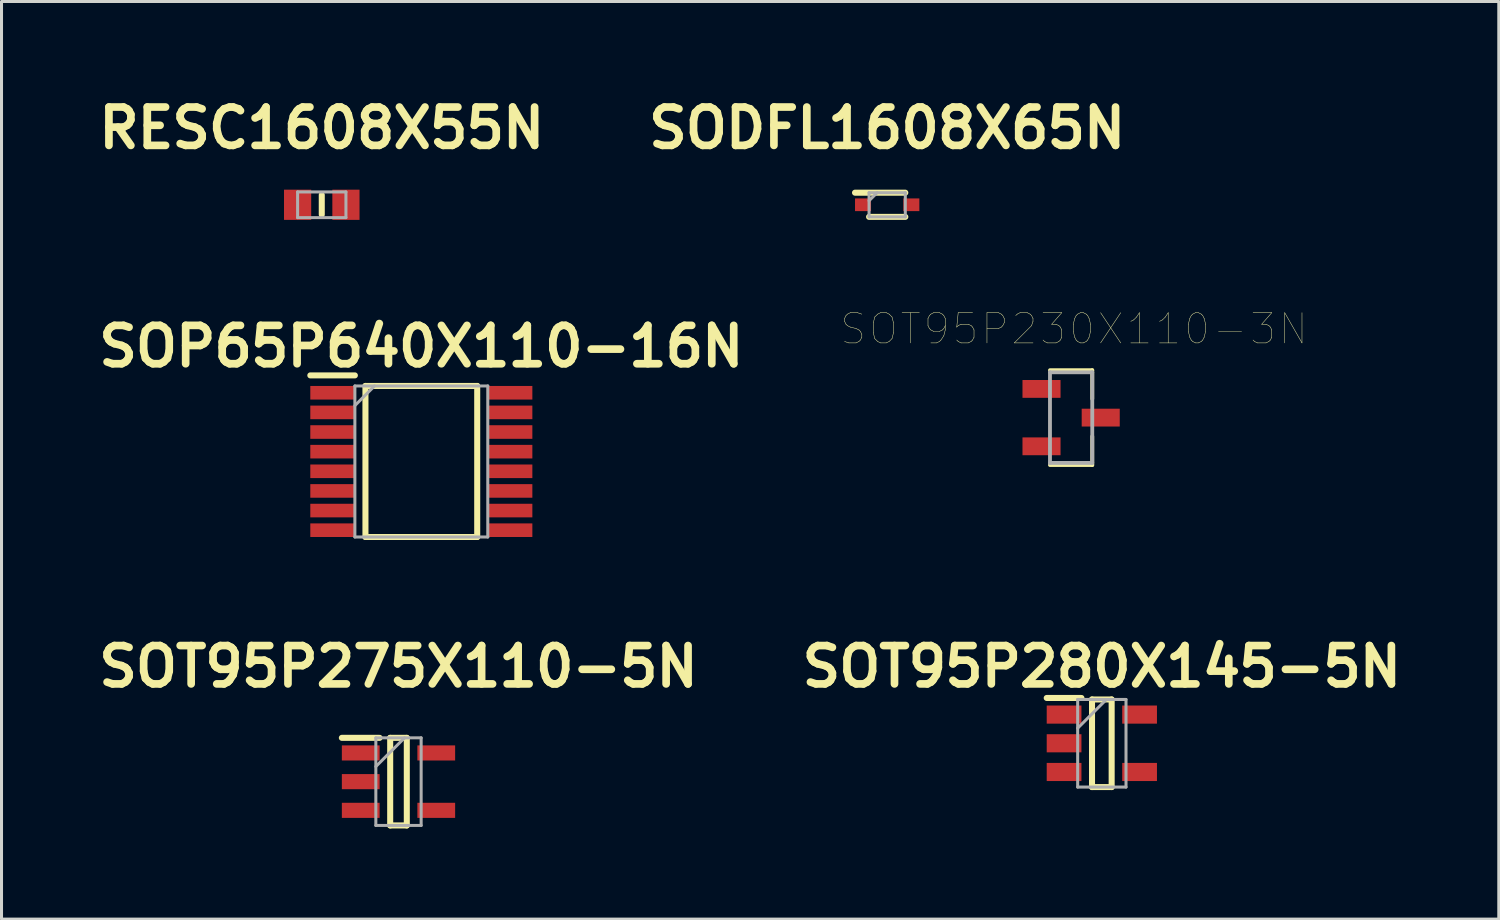
<source format=kicad_pcb>
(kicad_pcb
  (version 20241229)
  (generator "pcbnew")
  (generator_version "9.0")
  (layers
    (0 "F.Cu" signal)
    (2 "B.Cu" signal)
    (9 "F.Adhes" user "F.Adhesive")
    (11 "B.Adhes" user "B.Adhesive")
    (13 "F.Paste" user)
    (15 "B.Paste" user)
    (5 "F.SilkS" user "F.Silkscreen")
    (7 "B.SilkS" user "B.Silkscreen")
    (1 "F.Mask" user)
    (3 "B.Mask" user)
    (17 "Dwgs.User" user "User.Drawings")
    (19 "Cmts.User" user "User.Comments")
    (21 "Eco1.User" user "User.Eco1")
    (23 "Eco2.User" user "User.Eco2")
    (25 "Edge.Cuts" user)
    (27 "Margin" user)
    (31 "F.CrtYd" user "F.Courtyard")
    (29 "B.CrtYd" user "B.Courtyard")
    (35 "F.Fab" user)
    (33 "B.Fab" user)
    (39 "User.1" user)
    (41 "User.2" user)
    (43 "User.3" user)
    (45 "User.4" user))
  (footprint "SODFL1608X65N"
    (layer "F.Cu")
    (at 26.32 3.729)
    (property "Reference" "SODFL1608X65N" (at 0 -2.54 0) (layer "F.SilkS") (effects (font (size 1.27 1.27) (thickness 0.254))))
    (attr smd)
    (fp_line (start -1.065 -0.4) (end 0.6 -0.4) (stroke (width 0.2) (type solid)) (layer "F.SilkS"))
    (fp_line (start -0.6 0.4) (end 0.6 0.4) (stroke (width 0.2) (type solid)) (layer "F.SilkS"))
    (fp_line (start -0.6 -0.4) (end 0.6 -0.4) (stroke (width 0.1) (type solid)) (layer "F.Fab"))
    (fp_line (start -0.6 -0.135) (end -0.335 -0.4) (stroke (width 0.1) (type solid)) (layer "F.Fab"))
    (fp_line (start -0.6 0.4) (end -0.6 -0.4) (stroke (width 0.1) (type solid)) (layer "F.Fab"))
    (fp_line (start 0.6 -0.4) (end 0.6 0.4) (stroke (width 0.1) (type solid)) (layer "F.Fab"))
    (fp_line (start 0.6 0.4) (end -0.6 0.4) (stroke (width 0.1) (type solid)) (layer "F.Fab"))
    (pad "1" smd rect (at -0.8 0 90) (size 0.42 0.53) (layers "F.Cu" "F.Mask" "F.Paste"))
    (pad "2" smd rect (at 0.8 0 90) (size 0.42 0.53) (layers "F.Cu" "F.Mask" "F.Paste")))
  (footprint "SOT95P275X110-5N"
    (layer "F.Cu")
    (at 10.142 22.826)
    (property "Reference" "SOT95P275X110-5N" (at 0 -3.81 0) (layer "F.SilkS") (effects (font (size 1.27 1.27) (thickness 0.254))))
    (attr smd)
    (fp_line (start -1.875 -1.45) (end -0.625 -1.45) (stroke (width 0.2) (type solid)) (layer "F.SilkS"))
    (fp_line (start -0.275 -1.45) (end 0.275 -1.45) (stroke (width 0.2) (type solid)) (layer "F.SilkS"))
    (fp_line (start -0.275 1.45) (end -0.275 -1.45) (stroke (width 0.2) (type solid)) (layer "F.SilkS"))
    (fp_line (start 0.275 -1.45) (end 0.275 1.45) (stroke (width 0.2) (type solid)) (layer "F.SilkS"))
    (fp_line (start 0.275 1.45) (end -0.275 1.45) (stroke (width 0.2) (type solid)) (layer "F.SilkS"))
    (fp_line (start -0.75 -1.45) (end 0.75 -1.45) (stroke (width 0.1) (type solid)) (layer "F.Fab"))
    (fp_line (start -0.75 -0.5) (end 0.2 -1.45) (stroke (width 0.1) (type solid)) (layer "F.Fab"))
    (fp_line (start -0.75 1.45) (end -0.75 -1.45) (stroke (width 0.1) (type solid)) (layer "F.Fab"))
    (fp_line (start 0.75 -1.45) (end 0.75 1.45) (stroke (width 0.1) (type solid)) (layer "F.Fab"))
    (fp_line (start 0.75 1.45) (end -0.75 1.45) (stroke (width 0.1) (type solid)) (layer "F.Fab"))
    (pad "1" smd rect (at -1.25 -0.95 90) (size 0.5 1.25) (layers "F.Cu" "F.Mask" "F.Paste"))
    (pad "2" smd rect (at -1.25 0 90) (size 0.5 1.25) (layers "F.Cu" "F.Mask" "F.Paste"))
    (pad "3" smd rect (at -1.25 0.95 90) (size 0.5 1.25) (layers "F.Cu" "F.Mask" "F.Paste"))
    (pad "4" smd rect (at 1.25 0.95 90) (size 0.5 1.25) (layers "F.Cu" "F.Mask" "F.Paste"))
    (pad "5" smd rect (at 1.25 -0.95 90) (size 0.5 1.25) (layers "F.Cu" "F.Mask" "F.Paste")))
  (footprint "SOP65P640X110-16N"
    (layer "F.Cu")
    (at 10.898 12.227)
    (property "Reference" "SOP65P640X110-16N" (at 0 -3.81 0) (layer "F.SilkS") (effects (font (size 1.27 1.27) (thickness 0.254))))
    (attr smd)
    (fp_line (start -3.675 -2.85) (end -2.2 -2.85) (stroke (width 0.2) (type solid)) (layer "F.SilkS"))
    (fp_line (start -1.85 -2.5) (end 1.85 -2.5) (stroke (width 0.2) (type solid)) (layer "F.SilkS"))
    (fp_line (start -1.85 2.5) (end -1.85 -2.5) (stroke (width 0.2) (type solid)) (layer "F.SilkS"))
    (fp_line (start 1.85 -2.5) (end 1.85 2.5) (stroke (width 0.2) (type solid)) (layer "F.SilkS"))
    (fp_line (start 1.85 2.5) (end -1.85 2.5) (stroke (width 0.2) (type solid)) (layer "F.SilkS"))
    (fp_line (start -2.2 -2.5) (end 2.2 -2.5) (stroke (width 0.1) (type solid)) (layer "F.Fab"))
    (fp_line (start -2.2 -1.85) (end -1.55 -2.5) (stroke (width 0.1) (type solid)) (layer "F.Fab"))
    (fp_line (start -2.2 2.5) (end -2.2 -2.5) (stroke (width 0.1) (type solid)) (layer "F.Fab"))
    (fp_line (start 2.2 -2.5) (end 2.2 2.5) (stroke (width 0.1) (type solid)) (layer "F.Fab"))
    (fp_line (start 2.2 2.5) (end -2.2 2.5) (stroke (width 0.1) (type solid)) (layer "F.Fab"))
    (pad "1" smd rect (at -2.938 -2.275 90) (size 0.45 1.475) (layers "F.Cu" "F.Mask" "F.Paste"))
    (pad "2" smd rect (at -2.938 -1.625 90) (size 0.45 1.475) (layers "F.Cu" "F.Mask" "F.Paste"))
    (pad "3" smd rect (at -2.938 -0.975 90) (size 0.45 1.475) (layers "F.Cu" "F.Mask" "F.Paste"))
    (pad "4" smd rect (at -2.938 -0.325 90) (size 0.45 1.475) (layers "F.Cu" "F.Mask" "F.Paste"))
    (pad "5" smd rect (at -2.938 0.325 90) (size 0.45 1.475) (layers "F.Cu" "F.Mask" "F.Paste"))
    (pad "6" smd rect (at -2.938 0.975 90) (size 0.45 1.475) (layers "F.Cu" "F.Mask" "F.Paste"))
    (pad "7" smd rect (at -2.938 1.625 90) (size 0.45 1.475) (layers "F.Cu" "F.Mask" "F.Paste"))
    (pad "8" smd rect (at -2.938 2.275 90) (size 0.45 1.475) (layers "F.Cu" "F.Mask" "F.Paste"))
    (pad "9" smd rect (at 2.938 2.275 90) (size 0.45 1.475) (layers "F.Cu" "F.Mask" "F.Paste"))
    (pad "10" smd rect (at 2.938 1.625 90) (size 0.45 1.475) (layers "F.Cu" "F.Mask" "F.Paste"))
    (pad "11" smd rect (at 2.938 0.975 90) (size 0.45 1.475) (layers "F.Cu" "F.Mask" "F.Paste"))
    (pad "12" smd rect (at 2.938 0.325 90) (size 0.45 1.475) (layers "F.Cu" "F.Mask" "F.Paste"))
    (pad "13" smd rect (at 2.938 -0.325 90) (size 0.45 1.475) (layers "F.Cu" "F.Mask" "F.Paste"))
    (pad "14" smd rect (at 2.938 -0.975 90) (size 0.45 1.475) (layers "F.Cu" "F.Mask" "F.Paste"))
    (pad "15" smd rect (at 2.938 -1.625 90) (size 0.45 1.475) (layers "F.Cu" "F.Mask" "F.Paste"))
    (pad "16" smd rect (at 2.938 -2.275 90) (size 0.45 1.475) (layers "F.Cu" "F.Mask" "F.Paste")))
  (footprint "SOT95P230X110-3N"
    (layer "F.Cu")
    (at 32.409 10.775)
    (property "Reference" "SOT95P230X110-3N" (at 0.095 -2.935 0) (layer "F.SilkS") (effects (font (size 1 1) (thickness 0.015))))
    (attr through_hole)
    (fp_line (start 0.7 -1.57) (end -0.7 -1.57) (stroke (width 0.127) (type solid)) (layer "F.SilkS"))
    (fp_line (start 0.7 -0.62) (end 0.7 -1.57) (stroke (width 0.127) (type solid)) (layer "F.SilkS"))
    (fp_line (start 0.7 0.62) (end 0.7 1.57) (stroke (width 0.127) (type solid)) (layer "F.SilkS"))
    (fp_line (start 0.7 1.57) (end -0.7 1.57) (stroke (width 0.127) (type solid)) (layer "F.SilkS"))
    (fp_line (start -0.7 -1.5) (end -0.7 1.5) (stroke (width 0.127) (type solid)) (layer "F.Fab"))
    (fp_line (start -0.7 1.5) (end 0.7 1.5) (stroke (width 0.127) (type solid)) (layer "F.Fab"))
    (fp_line (start 0.7 -1.5) (end -0.7 -1.5) (stroke (width 0.127) (type solid)) (layer "F.Fab"))
    (fp_line (start 0.7 1.5) (end 0.7 -1.5) (stroke (width 0.127) (type solid)) (layer "F.Fab"))
    (pad "1" smd rect (at -0.98 -0.95) (size 1.26 0.59) (layers "F.Cu" "F.Mask" "F.Paste"))
    (pad "2" smd rect (at -0.98 0.95) (size 1.26 0.59) (layers "F.Cu" "F.Mask" "F.Paste"))
    (pad "3" smd rect (at 0.98 0) (size 1.26 0.59) (layers "F.Cu" "F.Mask" "F.Paste")))
  (footprint "RESC1608X55N"
    (layer "F.Cu")
    (at 7.602 3.729)
    (property "Reference" "RESC1608X55N" (at 0 -2.54 0) (layer "F.SilkS") (effects (font (size 1.27 1.27) (thickness 0.254))))
    (attr smd)
    (fp_line (start 0 -0.325) (end 0 0.325) (stroke (width 0.2) (type solid)) (layer "F.SilkS"))
    (fp_line (start -0.8 -0.425) (end 0.8 -0.425) (stroke (width 0.1) (type solid)) (layer "F.Fab"))
    (fp_line (start -0.8 0.425) (end -0.8 -0.425) (stroke (width 0.1) (type solid)) (layer "F.Fab"))
    (fp_line (start 0.8 -0.425) (end 0.8 0.425) (stroke (width 0.1) (type solid)) (layer "F.Fab"))
    (fp_line (start 0.8 0.425) (end -0.8 0.425) (stroke (width 0.1) (type solid)) (layer "F.Fab"))
    (pad "1" smd rect (at -0.8 0) (size 0.9 1) (layers "F.Cu" "F.Mask" "F.Paste"))
    (pad "2" smd rect (at 0.8 0) (size 0.9 1) (layers "F.Cu" "F.Mask" "F.Paste")))
  (footprint "SOT95P280X145-5N"
    (layer "F.Cu")
    (at 33.426 21.556)
    (property "Reference" "SOT95P280X145-5N" (at 0 -2.54 0) (layer "F.SilkS") (effects (font (size 1.27 1.27) (thickness 0.254))))
    (attr smd)
    (fp_line (start -1.825 -1.5) (end -0.675 -1.5) (stroke (width 0.2) (type solid)) (layer "F.SilkS"))
    (fp_line (start -0.325 -1.45) (end 0.325 -1.45) (stroke (width 0.2) (type solid)) (layer "F.SilkS"))
    (fp_line (start -0.325 1.45) (end -0.325 -1.45) (stroke (width 0.2) (type solid)) (layer "F.SilkS"))
    (fp_line (start 0.325 -1.45) (end 0.325 1.45) (stroke (width 0.2) (type solid)) (layer "F.SilkS"))
    (fp_line (start 0.325 1.45) (end -0.325 1.45) (stroke (width 0.2) (type solid)) (layer "F.SilkS"))
    (fp_line (start -0.8 -1.45) (end 0.8 -1.45) (stroke (width 0.1) (type solid)) (layer "F.Fab"))
    (fp_line (start -0.8 -0.5) (end 0.15 -1.45) (stroke (width 0.1) (type solid)) (layer "F.Fab"))
    (fp_line (start -0.8 1.45) (end -0.8 -1.45) (stroke (width 0.1) (type solid)) (layer "F.Fab"))
    (fp_line (start 0.8 -1.45) (end 0.8 1.45) (stroke (width 0.1) (type solid)) (layer "F.Fab"))
    (fp_line (start 0.8 1.45) (end -0.8 1.45) (stroke (width 0.1) (type solid)) (layer "F.Fab"))
    (pad "1" smd rect (at -1.25 -0.95 90) (size 0.6 1.15) (layers "F.Cu" "F.Mask" "F.Paste"))
    (pad "2" smd rect (at -1.25 0 90) (size 0.6 1.15) (layers "F.Cu" "F.Mask" "F.Paste"))
    (pad "3" smd rect (at -1.25 0.95 90) (size 0.6 1.15) (layers "F.Cu" "F.Mask" "F.Paste"))
    (pad "4" smd rect (at 1.25 0.95 90) (size 0.6 1.15) (layers "F.Cu" "F.Mask" "F.Paste"))
    (pad "5" smd rect (at 1.25 -0.95 90) (size 0.6 1.15) (layers "F.Cu" "F.Mask" "F.Paste")))
  (gr_rect
    (start -3 -3)
    (end 46.567 27.376)
    (stroke (width 0.1) (type default))
    (fill no)
    (layer "Edge.Cuts")))
</source>
